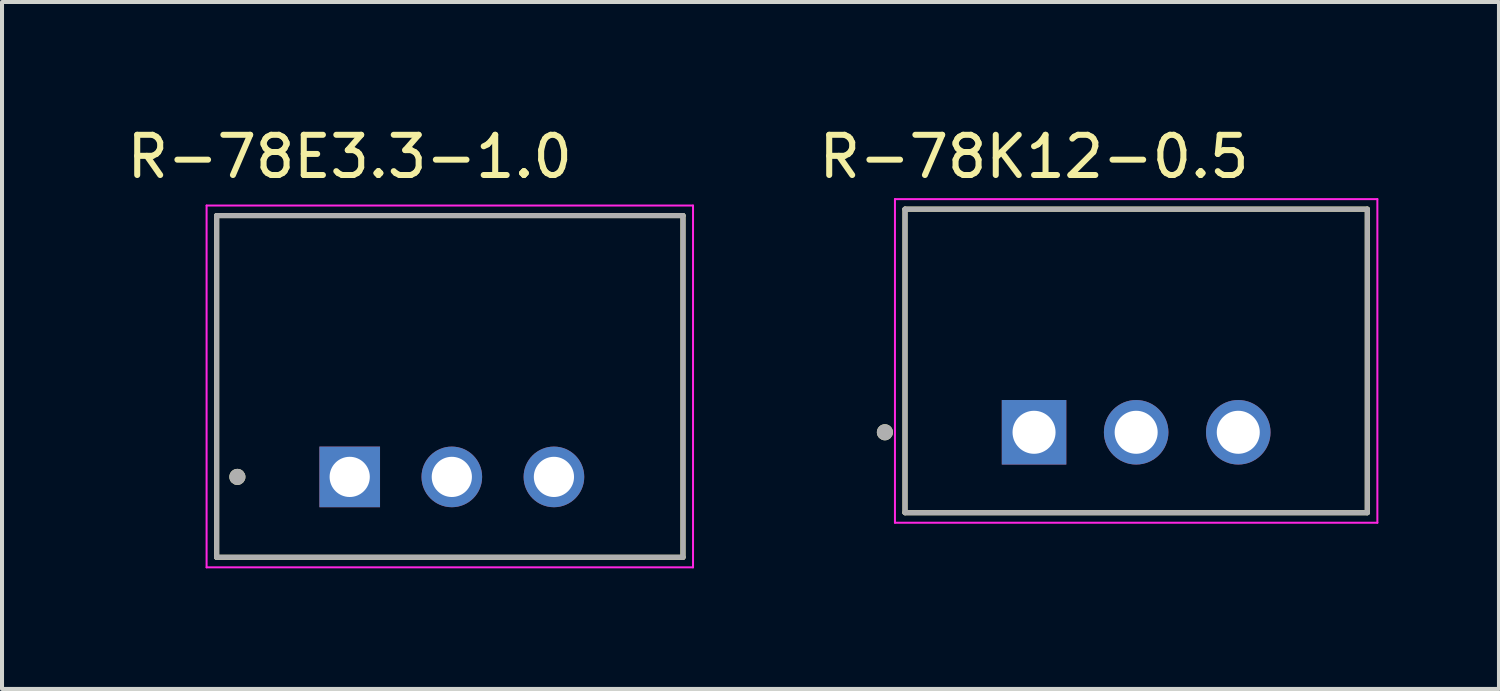
<source format=kicad_pcb>
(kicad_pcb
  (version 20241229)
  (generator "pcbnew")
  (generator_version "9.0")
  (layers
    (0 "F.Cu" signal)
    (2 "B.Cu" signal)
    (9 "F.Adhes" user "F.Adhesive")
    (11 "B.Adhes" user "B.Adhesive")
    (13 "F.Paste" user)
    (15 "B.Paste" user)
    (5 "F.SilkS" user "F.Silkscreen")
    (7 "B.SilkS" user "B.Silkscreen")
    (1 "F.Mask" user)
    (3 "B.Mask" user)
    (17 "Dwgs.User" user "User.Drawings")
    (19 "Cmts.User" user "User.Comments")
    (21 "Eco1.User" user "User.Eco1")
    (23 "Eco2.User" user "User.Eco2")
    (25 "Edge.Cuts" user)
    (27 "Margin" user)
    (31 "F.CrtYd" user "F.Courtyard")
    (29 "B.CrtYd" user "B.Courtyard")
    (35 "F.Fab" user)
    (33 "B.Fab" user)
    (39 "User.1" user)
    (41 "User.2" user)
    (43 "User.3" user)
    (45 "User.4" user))
  (footprint "R-78E3.3-1.0"
    (layer "F.Cu")
    (at 8.189 6.563)
    (property "Reference" "R-78E3.3-1.0" (at -2.54 -5.715 0) (layer "F.SilkS") (effects (font (size 1 1) (thickness 0.15))))
    (attr through_hole)
    (fp_line (start -5.85 -4.25) (end -5.85 4.25) (stroke (width 0.127) (type solid)) (layer "F.SilkS"))
    (fp_line (start -5.85 4.25) (end 5.75 4.25) (stroke (width 0.127) (type solid)) (layer "F.SilkS"))
    (fp_line (start 5.75 -4.25) (end -5.85 -4.25) (stroke (width 0.127) (type solid)) (layer "F.SilkS"))
    (fp_line (start 5.75 4.25) (end 5.75 -4.25) (stroke (width 0.127) (type solid)) (layer "F.SilkS"))
    (fp_circle (center -5.334 2.25) (end -5.234 2.25) (stroke (width 0.2) (type solid)) (fill no) (layer "F.SilkS"))
    (fp_line (start -6.1 -4.5) (end -6.1 4.5) (stroke (width 0.05) (type solid)) (layer "F.CrtYd"))
    (fp_line (start -6.1 4.5) (end 6 4.5) (stroke (width 0.05) (type solid)) (layer "F.CrtYd"))
    (fp_line (start 6 -4.5) (end -6.1 -4.5) (stroke (width 0.05) (type solid)) (layer "F.CrtYd"))
    (fp_line (start 6 4.5) (end 6 -4.5) (stroke (width 0.05) (type solid)) (layer "F.CrtYd"))
    (fp_line (start -5.85 -4.25) (end -5.85 4.25) (stroke (width 0.127) (type solid)) (layer "F.Fab"))
    (fp_line (start -5.85 4.25) (end 5.75 4.25) (stroke (width 0.127) (type solid)) (layer "F.Fab"))
    (fp_line (start 5.75 -4.25) (end -5.85 -4.25) (stroke (width 0.127) (type solid)) (layer "F.Fab"))
    (fp_line (start 5.75 4.25) (end 5.75 -4.25) (stroke (width 0.127) (type solid)) (layer "F.Fab"))
    (fp_circle (center -5.334 2.25) (end -5.234 2.25) (stroke (width 0.2) (type solid)) (fill no) (layer "F.Fab"))
    (pad "1" thru_hole rect (at -2.54 2.25) (size 1.508 1.508) (drill 1) (layers "*.Cu" "*.Mask"))
    (pad "2" thru_hole circle (at 0 2.25) (size 1.508 1.508) (drill 1) (layers "*.Cu" "*.Mask"))
    (pad "3" thru_hole circle (at 2.54 2.25) (size 1.508 1.508) (drill 1) (layers "*.Cu" "*.Mask")))
  (footprint "R-78K12-0.5"
    (layer "F.Cu")
    (at 25.212 5.928)
    (property "Reference" "R-78K12-0.5" (at -2.54 -5.08 0) (layer "F.SilkS") (effects (font (size 1 1) (thickness 0.15))))
    (attr through_hole)
    (fp_line (start -5.75 -3.775) (end 5.75 -3.775) (stroke (width 0.127) (type solid)) (layer "F.SilkS"))
    (fp_line (start -5.75 3.775) (end -5.75 -3.775) (stroke (width 0.127) (type solid)) (layer "F.SilkS"))
    (fp_line (start 5.75 -3.775) (end 5.75 3.775) (stroke (width 0.127) (type solid)) (layer "F.SilkS"))
    (fp_line (start 5.75 3.775) (end -5.75 3.775) (stroke (width 0.127) (type solid)) (layer "F.SilkS"))
    (fp_circle (center -6.25 1.775) (end -6.15 1.775) (stroke (width 0.2) (type solid)) (fill no) (layer "F.SilkS"))
    (fp_line (start -6 -4.025) (end -6 4.025) (stroke (width 0.05) (type solid)) (layer "F.CrtYd"))
    (fp_line (start -6 4.025) (end 6 4.025) (stroke (width 0.05) (type solid)) (layer "F.CrtYd"))
    (fp_line (start 6 -4.025) (end -6 -4.025) (stroke (width 0.05) (type solid)) (layer "F.CrtYd"))
    (fp_line (start 6 4.025) (end 6 -4.025) (stroke (width 0.05) (type solid)) (layer "F.CrtYd"))
    (fp_line (start -5.75 -3.775) (end 5.75 -3.775) (stroke (width 0.127) (type solid)) (layer "F.Fab"))
    (fp_line (start -5.75 3.775) (end -5.75 -3.775) (stroke (width 0.127) (type solid)) (layer "F.Fab"))
    (fp_line (start 5.75 -3.775) (end 5.75 3.775) (stroke (width 0.127) (type solid)) (layer "F.Fab"))
    (fp_line (start 5.75 3.775) (end -5.75 3.775) (stroke (width 0.127) (type solid)) (layer "F.Fab"))
    (fp_circle (center -6.25 1.775) (end -6.15 1.775) (stroke (width 0.2) (type solid)) (fill no) (layer "F.Fab"))
    (pad "1" thru_hole rect (at -2.54 1.775) (size 1.605 1.605) (drill 1.07) (layers "*.Cu" "*.Mask"))
    (pad "2" thru_hole circle (at 0 1.775) (size 1.605 1.605) (drill 1.07) (layers "*.Cu" "*.Mask"))
    (pad "3" thru_hole circle (at 2.54 1.775) (size 1.605 1.605) (drill 1.07) (layers "*.Cu" "*.Mask")))
  (gr_rect
    (start -3 -3)
    (end 34.237 14.088)
    (stroke (width 0.1) (type default))
    (fill no)
    (layer "Edge.Cuts")))
</source>
